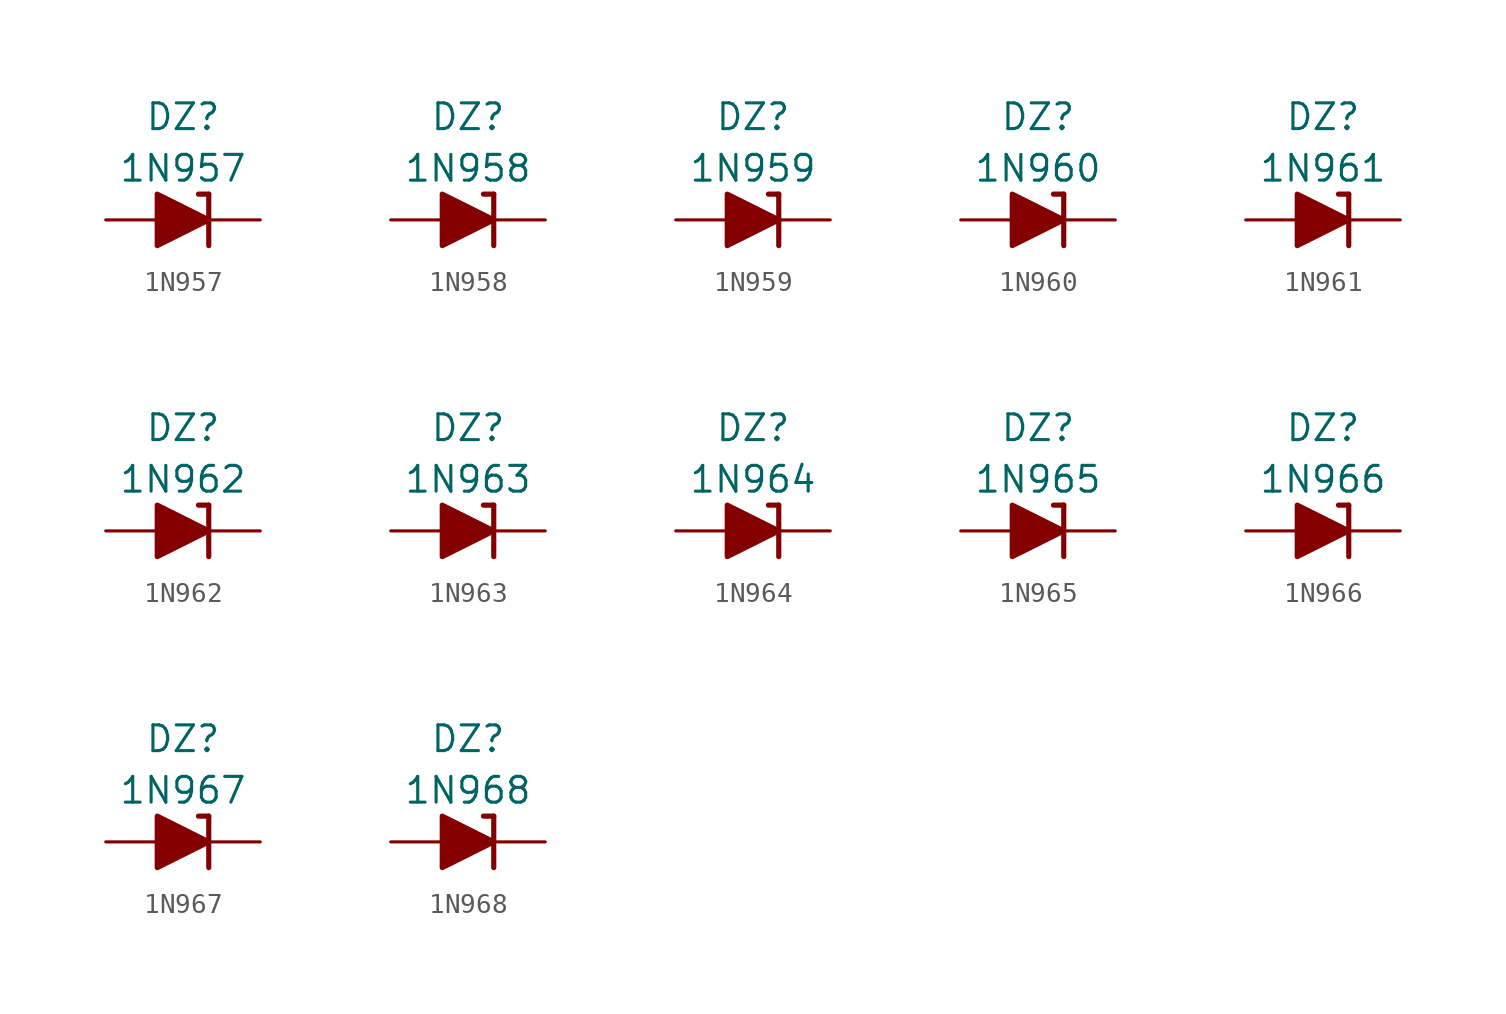
<source format=kicad_sym>
(kicad_symbol_lib
  (version 20201005)
  (generator kicad_symbol_editor)
  (symbol "Diode_Zener_AKL:1N957"
    (pin_numbers hide)
    (pin_names
      (offset 1.016) hide)
    (property "Reference" "DZ"
      (at 0 5.08 0)
      (effects (font (size 1.27 1.27))))
    (property "Value" "1N957"
      (at 0 2.54 0)
      (effects (font (size 1.27 1.27))))
    (symbol "1N957_0_1"
      (polyline (pts (xy -1.27 0) (xy 1.27 0)) (stroke (width 0)) (fill (type none)))
      (polyline (pts (xy 1.27 1.27) (xy 0.762 1.27)) (stroke (width 0.254)) (fill (type none)))
      (polyline (pts (xy 1.27 1.27) (xy 1.27 -1.27)) (stroke (width 0.254)) (fill (type none)))
      (polyline (pts (xy -1.27 -1.27) (xy -1.27 1.27) (xy 1.27 0) (xy -1.27 -1.27)) (stroke (width 0.254)) (fill (type outline))))
    (symbol "1N957_1_1"
      (pin passive line (at 3.81 0 180) (length 2.54) (name "K" (effects (font (size 1.27 1.27)))) (number "1" (effects (font (size 1.27 1.27)))))
      (pin passive line (at -3.81 0 0) (length 2.54) (name "A" (effects (font (size 1.27 1.27)))) (number "2" (effects (font (size 1.27 1.27)))))))
  (symbol "Diode_Zener_AKL:1N958"
    (pin_numbers hide)
    (pin_names
      (offset 1.016) hide)
    (property "Reference" "DZ"
      (at 0 5.08 0)
      (effects (font (size 1.27 1.27))))
    (property "Value" "1N958"
      (at 0 2.54 0)
      (effects (font (size 1.27 1.27))))
    (symbol "1N958_0_1"
      (polyline (pts (xy -1.27 0) (xy 1.27 0)) (stroke (width 0)) (fill (type none)))
      (polyline (pts (xy 1.27 1.27) (xy 0.762 1.27)) (stroke (width 0.254)) (fill (type none)))
      (polyline (pts (xy 1.27 1.27) (xy 1.27 -1.27)) (stroke (width 0.254)) (fill (type none)))
      (polyline (pts (xy -1.27 -1.27) (xy -1.27 1.27) (xy 1.27 0) (xy -1.27 -1.27)) (stroke (width 0.254)) (fill (type outline))))
    (symbol "1N958_1_1"
      (pin passive line (at 3.81 0 180) (length 2.54) (name "K" (effects (font (size 1.27 1.27)))) (number "1" (effects (font (size 1.27 1.27)))))
      (pin passive line (at -3.81 0 0) (length 2.54) (name "A" (effects (font (size 1.27 1.27)))) (number "2" (effects (font (size 1.27 1.27)))))))
  (symbol "Diode_Zener_AKL:1N959"
    (pin_numbers hide)
    (pin_names
      (offset 1.016) hide)
    (property "Reference" "DZ"
      (at 0 5.08 0)
      (effects (font (size 1.27 1.27))))
    (property "Value" "1N959"
      (at 0 2.54 0)
      (effects (font (size 1.27 1.27))))
    (symbol "1N959_0_1"
      (polyline (pts (xy -1.27 0) (xy 1.27 0)) (stroke (width 0)) (fill (type none)))
      (polyline (pts (xy 1.27 1.27) (xy 0.762 1.27)) (stroke (width 0.254)) (fill (type none)))
      (polyline (pts (xy 1.27 1.27) (xy 1.27 -1.27)) (stroke (width 0.254)) (fill (type none)))
      (polyline (pts (xy -1.27 -1.27) (xy -1.27 1.27) (xy 1.27 0) (xy -1.27 -1.27)) (stroke (width 0.254)) (fill (type outline))))
    (symbol "1N959_1_1"
      (pin passive line (at 3.81 0 180) (length 2.54) (name "K" (effects (font (size 1.27 1.27)))) (number "1" (effects (font (size 1.27 1.27)))))
      (pin passive line (at -3.81 0 0) (length 2.54) (name "A" (effects (font (size 1.27 1.27)))) (number "2" (effects (font (size 1.27 1.27)))))))
  (symbol "Diode_Zener_AKL:1N960"
    (pin_numbers hide)
    (pin_names
      (offset 1.016) hide)
    (property "Reference" "DZ"
      (at 0 5.08 0)
      (effects (font (size 1.27 1.27))))
    (property "Value" "1N960"
      (at 0 2.54 0)
      (effects (font (size 1.27 1.27))))
    (symbol "1N960_0_1"
      (polyline (pts (xy -1.27 0) (xy 1.27 0)) (stroke (width 0)) (fill (type none)))
      (polyline (pts (xy 1.27 1.27) (xy 0.762 1.27)) (stroke (width 0.254)) (fill (type none)))
      (polyline (pts (xy 1.27 1.27) (xy 1.27 -1.27)) (stroke (width 0.254)) (fill (type none)))
      (polyline (pts (xy -1.27 -1.27) (xy -1.27 1.27) (xy 1.27 0) (xy -1.27 -1.27)) (stroke (width 0.254)) (fill (type outline))))
    (symbol "1N960_1_1"
      (pin passive line (at 3.81 0 180) (length 2.54) (name "K" (effects (font (size 1.27 1.27)))) (number "1" (effects (font (size 1.27 1.27)))))
      (pin passive line (at -3.81 0 0) (length 2.54) (name "A" (effects (font (size 1.27 1.27)))) (number "2" (effects (font (size 1.27 1.27)))))))
  (symbol "Diode_Zener_AKL:1N961"
    (pin_numbers hide)
    (pin_names
      (offset 1.016) hide)
    (property "Reference" "DZ"
      (at 0 5.08 0)
      (effects (font (size 1.27 1.27))))
    (property "Value" "1N961"
      (at 0 2.54 0)
      (effects (font (size 1.27 1.27))))
    (symbol "1N961_0_1"
      (polyline (pts (xy -1.27 0) (xy 1.27 0)) (stroke (width 0)) (fill (type none)))
      (polyline (pts (xy 1.27 1.27) (xy 0.762 1.27)) (stroke (width 0.254)) (fill (type none)))
      (polyline (pts (xy 1.27 1.27) (xy 1.27 -1.27)) (stroke (width 0.254)) (fill (type none)))
      (polyline (pts (xy -1.27 -1.27) (xy -1.27 1.27) (xy 1.27 0) (xy -1.27 -1.27)) (stroke (width 0.254)) (fill (type outline))))
    (symbol "1N961_1_1"
      (pin passive line (at 3.81 0 180) (length 2.54) (name "K" (effects (font (size 1.27 1.27)))) (number "1" (effects (font (size 1.27 1.27)))))
      (pin passive line (at -3.81 0 0) (length 2.54) (name "A" (effects (font (size 1.27 1.27)))) (number "2" (effects (font (size 1.27 1.27)))))))
  (symbol "Diode_Zener_AKL:1N962"
    (pin_numbers hide)
    (pin_names
      (offset 1.016) hide)
    (property "Reference" "DZ"
      (at 0 5.08 0)
      (effects (font (size 1.27 1.27))))
    (property "Value" "1N962"
      (at 0 2.54 0)
      (effects (font (size 1.27 1.27))))
    (symbol "1N962_0_1"
      (polyline (pts (xy -1.27 0) (xy 1.27 0)) (stroke (width 0)) (fill (type none)))
      (polyline (pts (xy 1.27 1.27) (xy 0.762 1.27)) (stroke (width 0.254)) (fill (type none)))
      (polyline (pts (xy 1.27 1.27) (xy 1.27 -1.27)) (stroke (width 0.254)) (fill (type none)))
      (polyline (pts (xy -1.27 -1.27) (xy -1.27 1.27) (xy 1.27 0) (xy -1.27 -1.27)) (stroke (width 0.254)) (fill (type outline))))
    (symbol "1N962_1_1"
      (pin passive line (at 3.81 0 180) (length 2.54) (name "K" (effects (font (size 1.27 1.27)))) (number "1" (effects (font (size 1.27 1.27)))))
      (pin passive line (at -3.81 0 0) (length 2.54) (name "A" (effects (font (size 1.27 1.27)))) (number "2" (effects (font (size 1.27 1.27)))))))
  (symbol "Diode_Zener_AKL:1N963"
    (pin_numbers hide)
    (pin_names
      (offset 1.016) hide)
    (property "Reference" "DZ"
      (at 0 5.08 0)
      (effects (font (size 1.27 1.27))))
    (property "Value" "1N963"
      (at 0 2.54 0)
      (effects (font (size 1.27 1.27))))
    (symbol "1N963_0_1"
      (polyline (pts (xy -1.27 0) (xy 1.27 0)) (stroke (width 0)) (fill (type none)))
      (polyline (pts (xy 1.27 1.27) (xy 0.762 1.27)) (stroke (width 0.254)) (fill (type none)))
      (polyline (pts (xy 1.27 1.27) (xy 1.27 -1.27)) (stroke (width 0.254)) (fill (type none)))
      (polyline (pts (xy -1.27 -1.27) (xy -1.27 1.27) (xy 1.27 0) (xy -1.27 -1.27)) (stroke (width 0.254)) (fill (type outline))))
    (symbol "1N963_1_1"
      (pin passive line (at 3.81 0 180) (length 2.54) (name "K" (effects (font (size 1.27 1.27)))) (number "1" (effects (font (size 1.27 1.27)))))
      (pin passive line (at -3.81 0 0) (length 2.54) (name "A" (effects (font (size 1.27 1.27)))) (number "2" (effects (font (size 1.27 1.27)))))))
  (symbol "Diode_Zener_AKL:1N964"
    (pin_numbers hide)
    (pin_names
      (offset 1.016) hide)
    (property "Reference" "DZ"
      (at 0 5.08 0)
      (effects (font (size 1.27 1.27))))
    (property "Value" "1N964"
      (at 0 2.54 0)
      (effects (font (size 1.27 1.27))))
    (symbol "1N964_0_1"
      (polyline (pts (xy -1.27 0) (xy 1.27 0)) (stroke (width 0)) (fill (type none)))
      (polyline (pts (xy 1.27 1.27) (xy 0.762 1.27)) (stroke (width 0.254)) (fill (type none)))
      (polyline (pts (xy 1.27 1.27) (xy 1.27 -1.27)) (stroke (width 0.254)) (fill (type none)))
      (polyline (pts (xy -1.27 -1.27) (xy -1.27 1.27) (xy 1.27 0) (xy -1.27 -1.27)) (stroke (width 0.254)) (fill (type outline))))
    (symbol "1N964_1_1"
      (pin passive line (at 3.81 0 180) (length 2.54) (name "K" (effects (font (size 1.27 1.27)))) (number "1" (effects (font (size 1.27 1.27)))))
      (pin passive line (at -3.81 0 0) (length 2.54) (name "A" (effects (font (size 1.27 1.27)))) (number "2" (effects (font (size 1.27 1.27)))))))
  (symbol "Diode_Zener_AKL:1N965"
    (pin_numbers hide)
    (pin_names
      (offset 1.016) hide)
    (property "Reference" "DZ"
      (at 0 5.08 0)
      (effects (font (size 1.27 1.27))))
    (property "Value" "1N965"
      (at 0 2.54 0)
      (effects (font (size 1.27 1.27))))
    (symbol "1N965_0_1"
      (polyline (pts (xy -1.27 0) (xy 1.27 0)) (stroke (width 0)) (fill (type none)))
      (polyline (pts (xy 1.27 1.27) (xy 0.762 1.27)) (stroke (width 0.254)) (fill (type none)))
      (polyline (pts (xy 1.27 1.27) (xy 1.27 -1.27)) (stroke (width 0.254)) (fill (type none)))
      (polyline (pts (xy -1.27 -1.27) (xy -1.27 1.27) (xy 1.27 0) (xy -1.27 -1.27)) (stroke (width 0.254)) (fill (type outline))))
    (symbol "1N965_1_1"
      (pin passive line (at 3.81 0 180) (length 2.54) (name "K" (effects (font (size 1.27 1.27)))) (number "1" (effects (font (size 1.27 1.27)))))
      (pin passive line (at -3.81 0 0) (length 2.54) (name "A" (effects (font (size 1.27 1.27)))) (number "2" (effects (font (size 1.27 1.27)))))))
  (symbol "Diode_Zener_AKL:1N966"
    (pin_numbers hide)
    (pin_names
      (offset 1.016) hide)
    (property "Reference" "DZ"
      (at 0 5.08 0)
      (effects (font (size 1.27 1.27))))
    (property "Value" "1N966"
      (at 0 2.54 0)
      (effects (font (size 1.27 1.27))))
    (symbol "1N966_0_1"
      (polyline (pts (xy -1.27 0) (xy 1.27 0)) (stroke (width 0)) (fill (type none)))
      (polyline (pts (xy 1.27 1.27) (xy 0.762 1.27)) (stroke (width 0.254)) (fill (type none)))
      (polyline (pts (xy 1.27 1.27) (xy 1.27 -1.27)) (stroke (width 0.254)) (fill (type none)))
      (polyline (pts (xy -1.27 -1.27) (xy -1.27 1.27) (xy 1.27 0) (xy -1.27 -1.27)) (stroke (width 0.254)) (fill (type outline))))
    (symbol "1N966_1_1"
      (pin passive line (at 3.81 0 180) (length 2.54) (name "K" (effects (font (size 1.27 1.27)))) (number "1" (effects (font (size 1.27 1.27)))))
      (pin passive line (at -3.81 0 0) (length 2.54) (name "A" (effects (font (size 1.27 1.27)))) (number "2" (effects (font (size 1.27 1.27)))))))
  (symbol "Diode_Zener_AKL:1N967"
    (pin_numbers hide)
    (pin_names
      (offset 1.016) hide)
    (property "Reference" "DZ"
      (at 0 5.08 0)
      (effects (font (size 1.27 1.27))))
    (property "Value" "1N967"
      (at 0 2.54 0)
      (effects (font (size 1.27 1.27))))
    (symbol "1N967_0_1"
      (polyline (pts (xy -1.27 0) (xy 1.27 0)) (stroke (width 0)) (fill (type none)))
      (polyline (pts (xy 1.27 1.27) (xy 0.762 1.27)) (stroke (width 0.254)) (fill (type none)))
      (polyline (pts (xy 1.27 1.27) (xy 1.27 -1.27)) (stroke (width 0.254)) (fill (type none)))
      (polyline (pts (xy -1.27 -1.27) (xy -1.27 1.27) (xy 1.27 0) (xy -1.27 -1.27)) (stroke (width 0.254)) (fill (type outline))))
    (symbol "1N967_1_1"
      (pin passive line (at 3.81 0 180) (length 2.54) (name "K" (effects (font (size 1.27 1.27)))) (number "1" (effects (font (size 1.27 1.27)))))
      (pin passive line (at -3.81 0 0) (length 2.54) (name "A" (effects (font (size 1.27 1.27)))) (number "2" (effects (font (size 1.27 1.27)))))))
  (symbol "Diode_Zener_AKL:1N968"
    (pin_numbers hide)
    (pin_names
      (offset 1.016) hide)
    (property "Reference" "DZ"
      (at 0 5.08 0)
      (effects (font (size 1.27 1.27))))
    (property "Value" "1N968"
      (at 0 2.54 0)
      (effects (font (size 1.27 1.27))))
    (symbol "1N968_0_1"
      (polyline (pts (xy -1.27 0) (xy 1.27 0)) (stroke (width 0)) (fill (type none)))
      (polyline (pts (xy 1.27 1.27) (xy 0.762 1.27)) (stroke (width 0.254)) (fill (type none)))
      (polyline (pts (xy 1.27 1.27) (xy 1.27 -1.27)) (stroke (width 0.254)) (fill (type none)))
      (polyline (pts (xy -1.27 -1.27) (xy -1.27 1.27) (xy 1.27 0) (xy -1.27 -1.27)) (stroke (width 0.254)) (fill (type outline))))
    (symbol "1N968_1_1"
      (pin passive line (at 3.81 0 180) (length 2.54) (name "K" (effects (font (size 1.27 1.27)))) (number "1" (effects (font (size 1.27 1.27)))))
      (pin passive line (at -3.81 0 0) (length 2.54) (name "A" (effects (font (size 1.27 1.27)))) (number "2" (effects (font (size 1.27 1.27))))))))
</source>
